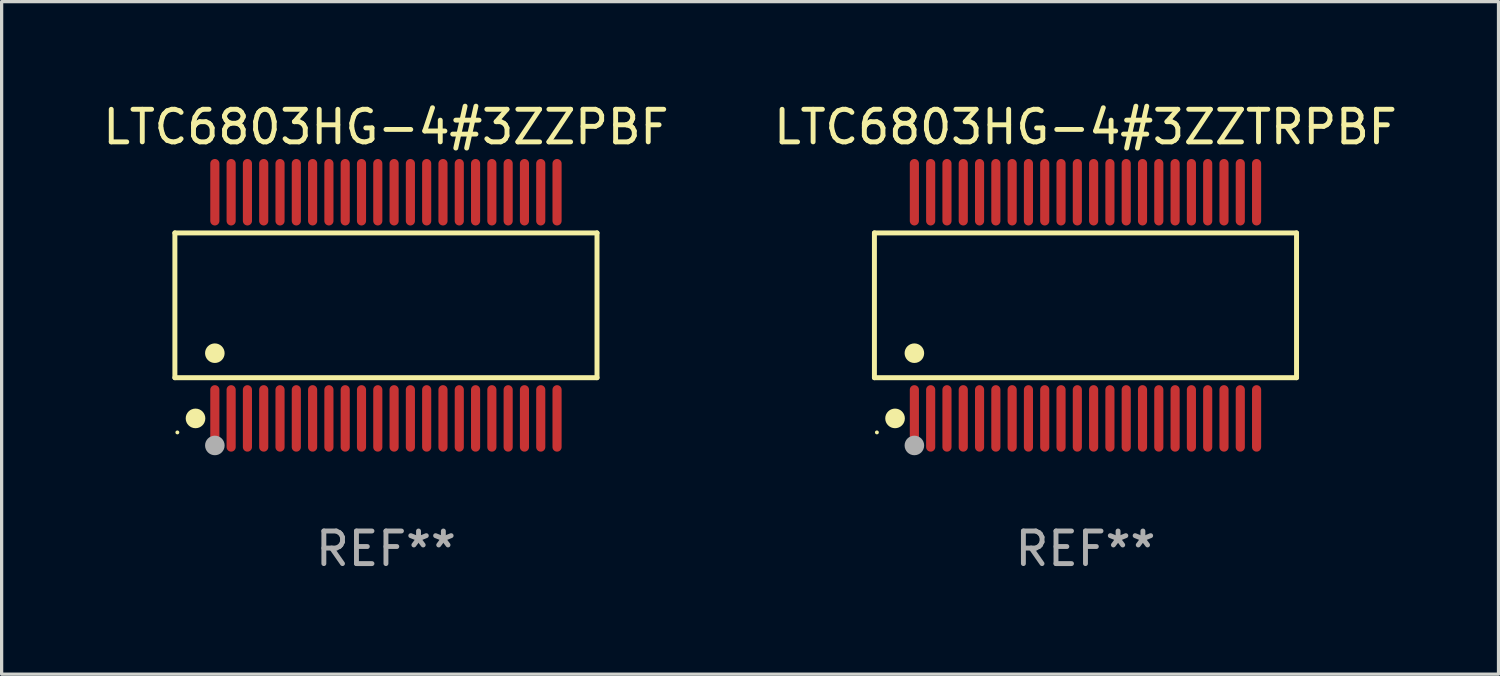
<source format=kicad_pcb>
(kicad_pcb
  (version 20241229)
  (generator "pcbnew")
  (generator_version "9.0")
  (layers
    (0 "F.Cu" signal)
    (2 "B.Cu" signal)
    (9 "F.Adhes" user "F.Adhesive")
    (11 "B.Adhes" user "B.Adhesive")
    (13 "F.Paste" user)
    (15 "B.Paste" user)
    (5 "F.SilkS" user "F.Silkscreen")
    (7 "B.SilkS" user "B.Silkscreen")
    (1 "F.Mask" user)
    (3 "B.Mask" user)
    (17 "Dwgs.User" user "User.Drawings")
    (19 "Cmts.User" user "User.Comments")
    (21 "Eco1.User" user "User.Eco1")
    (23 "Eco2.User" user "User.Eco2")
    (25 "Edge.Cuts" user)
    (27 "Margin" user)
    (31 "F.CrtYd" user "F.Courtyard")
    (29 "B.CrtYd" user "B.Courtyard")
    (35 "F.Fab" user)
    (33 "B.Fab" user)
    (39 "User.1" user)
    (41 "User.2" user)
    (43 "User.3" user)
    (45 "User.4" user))
  (footprint "LTC6803HG-4#3ZZTRPBF"
    (layer "F.Cu")
    (at 30.256 6.318)
    (property "Reference" "LTC6803HG-4#3ZZTRPBF" (at 0 -5.47 0) (layer "F.SilkS") (effects (font (size 1 1) (thickness 0.15))))
    (attr through_hole)
    (fp_line (start -6.476 -2.221) (end 6.476 -2.221) (stroke (width 0.152) (type solid)) (layer "F.SilkS"))
    (fp_line (start -6.476 2.221) (end -6.476 -2.221) (stroke (width 0.152) (type solid)) (layer "F.SilkS"))
    (fp_line (start 6.476 -2.221) (end 6.476 2.221) (stroke (width 0.152) (type solid)) (layer "F.SilkS"))
    (fp_line (start 6.476 2.221) (end -6.476 2.221) (stroke (width 0.152) (type solid)) (layer "F.SilkS"))
    (fp_circle (center -6.4 3.9) (end -6.37 3.9) (stroke (width 0.06) (type solid)) (fill no) (layer "F.SilkS"))
    (fp_circle (center -5.843 3.47) (end -5.692 3.47) (stroke (width 0.3) (type solid)) (fill no) (layer "F.SilkS"))
    (fp_circle (center -5.25 1.469) (end -5.1 1.469) (stroke (width 0.3) (type solid)) (fill no) (layer "F.SilkS"))
    (fp_circle (center -5.25 4.3) (end -5.1 4.3) (stroke (width 0.3) (type solid)) (fill no) (layer "F.Fab"))
    (fp_text user "REF**" (at 0 7.47 0) (layer "F.Fab") (effects (font (size 1 1) (thickness 0.15))))
    (pad "1" smd oval (at -5.25 3.47) (size 0.28 2.04) (layers "F.Cu" "F.Mask" "F.Paste"))
    (pad "2" smd oval (at -4.75 3.47) (size 0.28 2.04) (layers "F.Cu" "F.Mask" "F.Paste"))
    (pad "3" smd oval (at -4.25 3.47) (size 0.28 2.04) (layers "F.Cu" "F.Mask" "F.Paste"))
    (pad "4" smd oval (at -3.75 3.47) (size 0.28 2.04) (layers "F.Cu" "F.Mask" "F.Paste"))
    (pad "5" smd oval (at -3.25 3.47) (size 0.28 2.04) (layers "F.Cu" "F.Mask" "F.Paste"))
    (pad "6" smd oval (at -2.75 3.47) (size 0.28 2.04) (layers "F.Cu" "F.Mask" "F.Paste"))
    (pad "7" smd oval (at -2.25 3.47) (size 0.28 2.04) (layers "F.Cu" "F.Mask" "F.Paste"))
    (pad "8" smd oval (at -1.75 3.47) (size 0.28 2.04) (layers "F.Cu" "F.Mask" "F.Paste"))
    (pad "9" smd oval (at -1.25 3.47) (size 0.28 2.04) (layers "F.Cu" "F.Mask" "F.Paste"))
    (pad "10" smd oval (at -0.75 3.47) (size 0.28 2.04) (layers "F.Cu" "F.Mask" "F.Paste"))
    (pad "11" smd oval (at -0.25 3.47) (size 0.28 2.04) (layers "F.Cu" "F.Mask" "F.Paste"))
    (pad "12" smd oval (at 0.25 3.47) (size 0.28 2.04) (layers "F.Cu" "F.Mask" "F.Paste"))
    (pad "13" smd oval (at 0.75 3.47) (size 0.28 2.04) (layers "F.Cu" "F.Mask" "F.Paste"))
    (pad "14" smd oval (at 1.25 3.47) (size 0.28 2.04) (layers "F.Cu" "F.Mask" "F.Paste"))
    (pad "15" smd oval (at 1.75 3.47) (size 0.28 2.04) (layers "F.Cu" "F.Mask" "F.Paste"))
    (pad "16" smd oval (at 2.25 3.47) (size 0.28 2.04) (layers "F.Cu" "F.Mask" "F.Paste"))
    (pad "17" smd oval (at 2.75 3.47) (size 0.28 2.04) (layers "F.Cu" "F.Mask" "F.Paste"))
    (pad "18" smd oval (at 3.25 3.47) (size 0.28 2.04) (layers "F.Cu" "F.Mask" "F.Paste"))
    (pad "19" smd oval (at 3.75 3.47) (size 0.28 2.04) (layers "F.Cu" "F.Mask" "F.Paste"))
    (pad "20" smd oval (at 4.25 3.47) (size 0.28 2.04) (layers "F.Cu" "F.Mask" "F.Paste"))
    (pad "21" smd oval (at 4.75 3.47) (size 0.28 2.04) (layers "F.Cu" "F.Mask" "F.Paste"))
    (pad "22" smd oval (at 5.25 3.47) (size 0.28 2.04) (layers "F.Cu" "F.Mask" "F.Paste"))
    (pad "23" smd oval (at 5.25 -3.47) (size 0.28 2.04) (layers "F.Cu" "F.Mask" "F.Paste"))
    (pad "24" smd oval (at 4.75 -3.47) (size 0.28 2.04) (layers "F.Cu" "F.Mask" "F.Paste"))
    (pad "25" smd oval (at 4.25 -3.47) (size 0.28 2.04) (layers "F.Cu" "F.Mask" "F.Paste"))
    (pad "26" smd oval (at 3.75 -3.47) (size 0.28 2.04) (layers "F.Cu" "F.Mask" "F.Paste"))
    (pad "27" smd oval (at 3.25 -3.47) (size 0.28 2.04) (layers "F.Cu" "F.Mask" "F.Paste"))
    (pad "28" smd oval (at 2.75 -3.47) (size 0.28 2.04) (layers "F.Cu" "F.Mask" "F.Paste"))
    (pad "29" smd oval (at 2.25 -3.47) (size 0.28 2.04) (layers "F.Cu" "F.Mask" "F.Paste"))
    (pad "30" smd oval (at 1.75 -3.47) (size 0.28 2.04) (layers "F.Cu" "F.Mask" "F.Paste"))
    (pad "31" smd oval (at 1.25 -3.47) (size 0.28 2.04) (layers "F.Cu" "F.Mask" "F.Paste"))
    (pad "32" smd oval (at 0.75 -3.47) (size 0.28 2.04) (layers "F.Cu" "F.Mask" "F.Paste"))
    (pad "33" smd oval (at 0.25 -3.47) (size 0.28 2.04) (layers "F.Cu" "F.Mask" "F.Paste"))
    (pad "34" smd oval (at -0.25 -3.47) (size 0.28 2.04) (layers "F.Cu" "F.Mask" "F.Paste"))
    (pad "35" smd oval (at -0.75 -3.47) (size 0.28 2.04) (layers "F.Cu" "F.Mask" "F.Paste"))
    (pad "36" smd oval (at -1.25 -3.47) (size 0.28 2.04) (layers "F.Cu" "F.Mask" "F.Paste"))
    (pad "37" smd oval (at -1.75 -3.47) (size 0.28 2.04) (layers "F.Cu" "F.Mask" "F.Paste"))
    (pad "38" smd oval (at -2.25 -3.47) (size 0.28 2.04) (layers "F.Cu" "F.Mask" "F.Paste"))
    (pad "39" smd oval (at -2.75 -3.47) (size 0.28 2.04) (layers "F.Cu" "F.Mask" "F.Paste"))
    (pad "40" smd oval (at -3.25 -3.47) (size 0.28 2.04) (layers "F.Cu" "F.Mask" "F.Paste"))
    (pad "41" smd oval (at -3.75 -3.47) (size 0.28 2.04) (layers "F.Cu" "F.Mask" "F.Paste"))
    (pad "42" smd oval (at -4.25 -3.47) (size 0.28 2.04) (layers "F.Cu" "F.Mask" "F.Paste"))
    (pad "43" smd oval (at -4.75 -3.47) (size 0.28 2.04) (layers "F.Cu" "F.Mask" "F.Paste"))
    (pad "44" smd oval (at -5.25 -3.47) (size 0.28 2.04) (layers "F.Cu" "F.Mask" "F.Paste")))
  (footprint "LTC6803HG-4#3ZZPBF"
    (layer "F.Cu")
    (at 8.792 6.318)
    (property "Reference" "LTC6803HG-4#3ZZPBF" (at 0 -5.47 0) (layer "F.SilkS") (effects (font (size 1 1) (thickness 0.15))))
    (attr through_hole)
    (fp_line (start -6.476 -2.221) (end 6.476 -2.221) (stroke (width 0.152) (type solid)) (layer "F.SilkS"))
    (fp_line (start -6.476 2.221) (end -6.476 -2.221) (stroke (width 0.152) (type solid)) (layer "F.SilkS"))
    (fp_line (start 6.476 -2.221) (end 6.476 2.221) (stroke (width 0.152) (type solid)) (layer "F.SilkS"))
    (fp_line (start 6.476 2.221) (end -6.476 2.221) (stroke (width 0.152) (type solid)) (layer "F.SilkS"))
    (fp_circle (center -6.4 3.9) (end -6.37 3.9) (stroke (width 0.06) (type solid)) (fill no) (layer "F.SilkS"))
    (fp_circle (center -5.843 3.47) (end -5.692 3.47) (stroke (width 0.3) (type solid)) (fill no) (layer "F.SilkS"))
    (fp_circle (center -5.25 1.469) (end -5.1 1.469) (stroke (width 0.3) (type solid)) (fill no) (layer "F.SilkS"))
    (fp_circle (center -5.25 4.3) (end -5.1 4.3) (stroke (width 0.3) (type solid)) (fill no) (layer "F.Fab"))
    (fp_text user "REF**" (at 0 7.47 0) (layer "F.Fab") (effects (font (size 1 1) (thickness 0.15))))
    (pad "1" smd oval (at -5.25 3.47) (size 0.28 2.04) (layers "F.Cu" "F.Mask" "F.Paste"))
    (pad "2" smd oval (at -4.75 3.47) (size 0.28 2.04) (layers "F.Cu" "F.Mask" "F.Paste"))
    (pad "3" smd oval (at -4.25 3.47) (size 0.28 2.04) (layers "F.Cu" "F.Mask" "F.Paste"))
    (pad "4" smd oval (at -3.75 3.47) (size 0.28 2.04) (layers "F.Cu" "F.Mask" "F.Paste"))
    (pad "5" smd oval (at -3.25 3.47) (size 0.28 2.04) (layers "F.Cu" "F.Mask" "F.Paste"))
    (pad "6" smd oval (at -2.75 3.47) (size 0.28 2.04) (layers "F.Cu" "F.Mask" "F.Paste"))
    (pad "7" smd oval (at -2.25 3.47) (size 0.28 2.04) (layers "F.Cu" "F.Mask" "F.Paste"))
    (pad "8" smd oval (at -1.75 3.47) (size 0.28 2.04) (layers "F.Cu" "F.Mask" "F.Paste"))
    (pad "9" smd oval (at -1.25 3.47) (size 0.28 2.04) (layers "F.Cu" "F.Mask" "F.Paste"))
    (pad "10" smd oval (at -0.75 3.47) (size 0.28 2.04) (layers "F.Cu" "F.Mask" "F.Paste"))
    (pad "11" smd oval (at -0.25 3.47) (size 0.28 2.04) (layers "F.Cu" "F.Mask" "F.Paste"))
    (pad "12" smd oval (at 0.25 3.47) (size 0.28 2.04) (layers "F.Cu" "F.Mask" "F.Paste"))
    (pad "13" smd oval (at 0.75 3.47) (size 0.28 2.04) (layers "F.Cu" "F.Mask" "F.Paste"))
    (pad "14" smd oval (at 1.25 3.47) (size 0.28 2.04) (layers "F.Cu" "F.Mask" "F.Paste"))
    (pad "15" smd oval (at 1.75 3.47) (size 0.28 2.04) (layers "F.Cu" "F.Mask" "F.Paste"))
    (pad "16" smd oval (at 2.25 3.47) (size 0.28 2.04) (layers "F.Cu" "F.Mask" "F.Paste"))
    (pad "17" smd oval (at 2.75 3.47) (size 0.28 2.04) (layers "F.Cu" "F.Mask" "F.Paste"))
    (pad "18" smd oval (at 3.25 3.47) (size 0.28 2.04) (layers "F.Cu" "F.Mask" "F.Paste"))
    (pad "19" smd oval (at 3.75 3.47) (size 0.28 2.04) (layers "F.Cu" "F.Mask" "F.Paste"))
    (pad "20" smd oval (at 4.25 3.47) (size 0.28 2.04) (layers "F.Cu" "F.Mask" "F.Paste"))
    (pad "21" smd oval (at 4.75 3.47) (size 0.28 2.04) (layers "F.Cu" "F.Mask" "F.Paste"))
    (pad "22" smd oval (at 5.25 3.47) (size 0.28 2.04) (layers "F.Cu" "F.Mask" "F.Paste"))
    (pad "23" smd oval (at 5.25 -3.47) (size 0.28 2.04) (layers "F.Cu" "F.Mask" "F.Paste"))
    (pad "24" smd oval (at 4.75 -3.47) (size 0.28 2.04) (layers "F.Cu" "F.Mask" "F.Paste"))
    (pad "25" smd oval (at 4.25 -3.47) (size 0.28 2.04) (layers "F.Cu" "F.Mask" "F.Paste"))
    (pad "26" smd oval (at 3.75 -3.47) (size 0.28 2.04) (layers "F.Cu" "F.Mask" "F.Paste"))
    (pad "27" smd oval (at 3.25 -3.47) (size 0.28 2.04) (layers "F.Cu" "F.Mask" "F.Paste"))
    (pad "28" smd oval (at 2.75 -3.47) (size 0.28 2.04) (layers "F.Cu" "F.Mask" "F.Paste"))
    (pad "29" smd oval (at 2.25 -3.47) (size 0.28 2.04) (layers "F.Cu" "F.Mask" "F.Paste"))
    (pad "30" smd oval (at 1.75 -3.47) (size 0.28 2.04) (layers "F.Cu" "F.Mask" "F.Paste"))
    (pad "31" smd oval (at 1.25 -3.47) (size 0.28 2.04) (layers "F.Cu" "F.Mask" "F.Paste"))
    (pad "32" smd oval (at 0.75 -3.47) (size 0.28 2.04) (layers "F.Cu" "F.Mask" "F.Paste"))
    (pad "33" smd oval (at 0.25 -3.47) (size 0.28 2.04) (layers "F.Cu" "F.Mask" "F.Paste"))
    (pad "34" smd oval (at -0.25 -3.47) (size 0.28 2.04) (layers "F.Cu" "F.Mask" "F.Paste"))
    (pad "35" smd oval (at -0.75 -3.47) (size 0.28 2.04) (layers "F.Cu" "F.Mask" "F.Paste"))
    (pad "36" smd oval (at -1.25 -3.47) (size 0.28 2.04) (layers "F.Cu" "F.Mask" "F.Paste"))
    (pad "37" smd oval (at -1.75 -3.47) (size 0.28 2.04) (layers "F.Cu" "F.Mask" "F.Paste"))
    (pad "38" smd oval (at -2.25 -3.47) (size 0.28 2.04) (layers "F.Cu" "F.Mask" "F.Paste"))
    (pad "39" smd oval (at -2.75 -3.47) (size 0.28 2.04) (layers "F.Cu" "F.Mask" "F.Paste"))
    (pad "40" smd oval (at -3.25 -3.47) (size 0.28 2.04) (layers "F.Cu" "F.Mask" "F.Paste"))
    (pad "41" smd oval (at -3.75 -3.47) (size 0.28 2.04) (layers "F.Cu" "F.Mask" "F.Paste"))
    (pad "42" smd oval (at -4.25 -3.47) (size 0.28 2.04) (layers "F.Cu" "F.Mask" "F.Paste"))
    (pad "43" smd oval (at -4.75 -3.47) (size 0.28 2.04) (layers "F.Cu" "F.Mask" "F.Paste"))
    (pad "44" smd oval (at -5.25 -3.47) (size 0.28 2.04) (layers "F.Cu" "F.Mask" "F.Paste")))
  (gr_rect
    (start -3 -3)
    (end 42.929 17.636)
    (stroke (width 0.1) (type default))
    (fill no)
    (layer "Edge.Cuts")))
</source>
